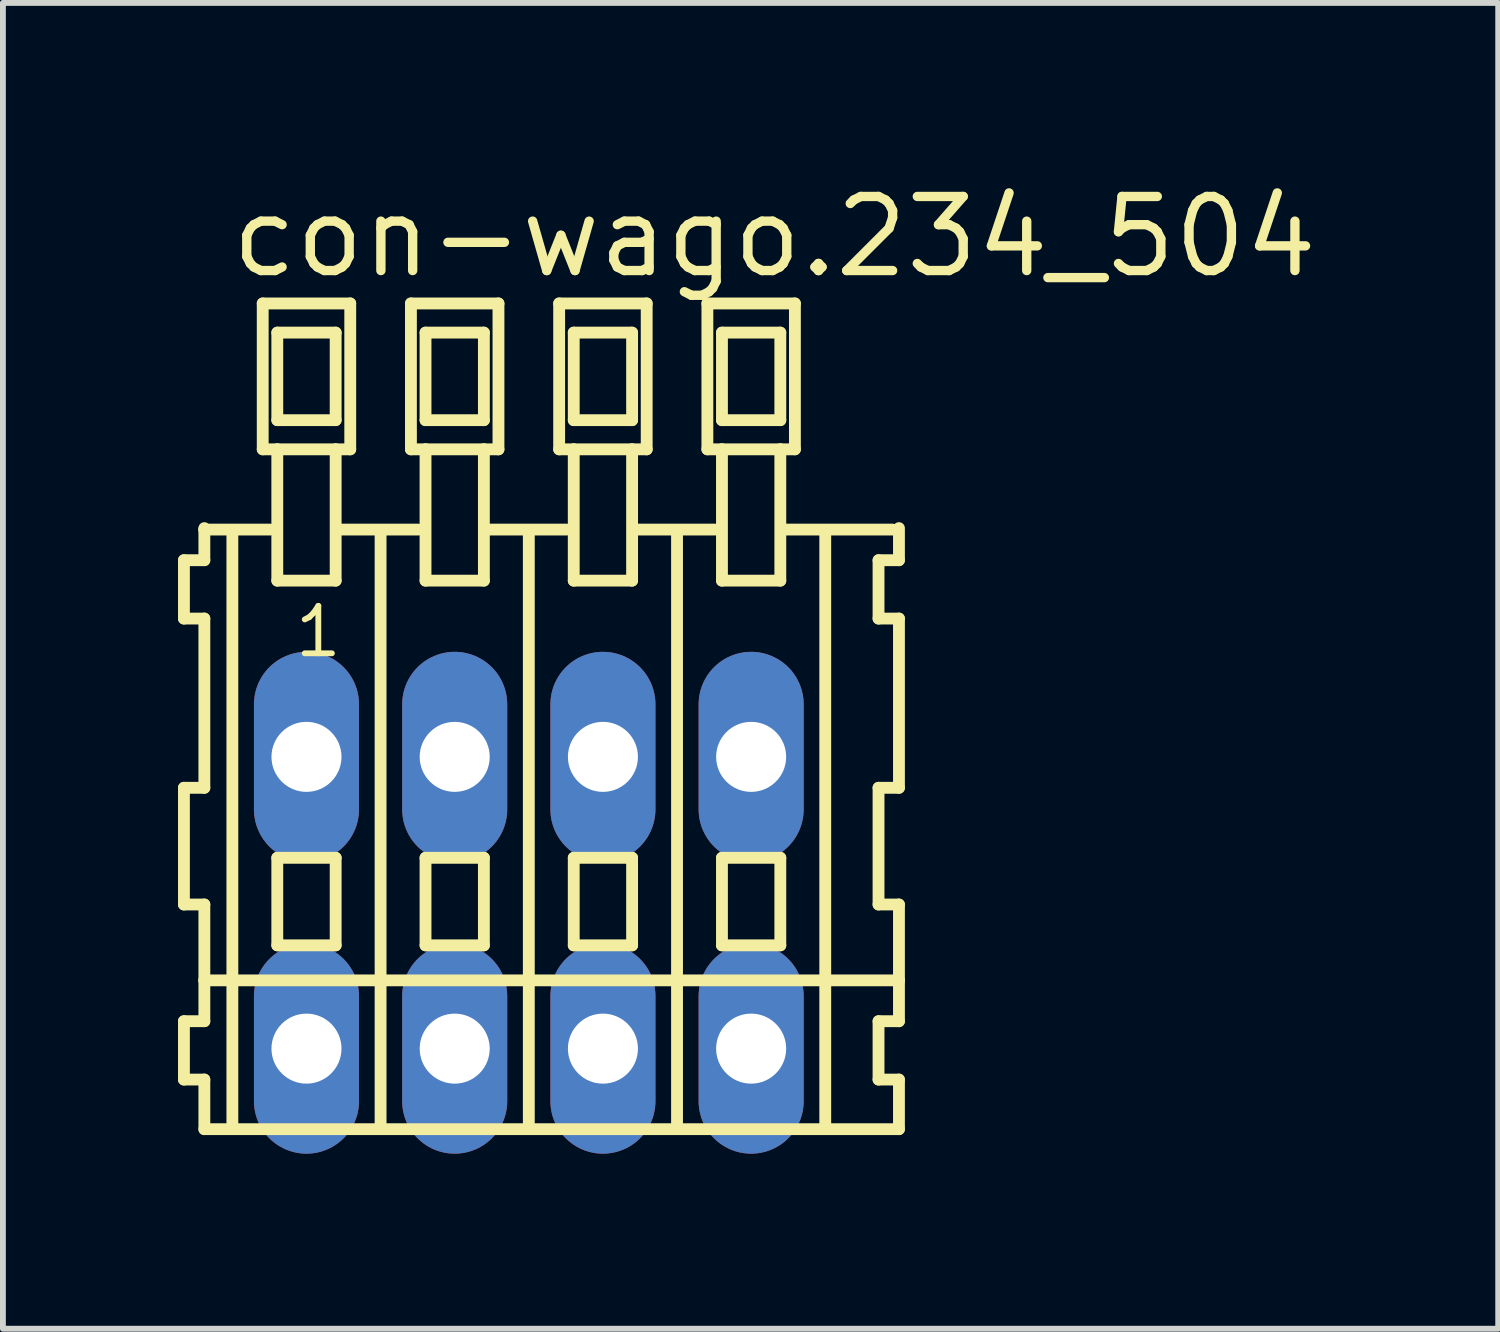
<source format=kicad_pcb>
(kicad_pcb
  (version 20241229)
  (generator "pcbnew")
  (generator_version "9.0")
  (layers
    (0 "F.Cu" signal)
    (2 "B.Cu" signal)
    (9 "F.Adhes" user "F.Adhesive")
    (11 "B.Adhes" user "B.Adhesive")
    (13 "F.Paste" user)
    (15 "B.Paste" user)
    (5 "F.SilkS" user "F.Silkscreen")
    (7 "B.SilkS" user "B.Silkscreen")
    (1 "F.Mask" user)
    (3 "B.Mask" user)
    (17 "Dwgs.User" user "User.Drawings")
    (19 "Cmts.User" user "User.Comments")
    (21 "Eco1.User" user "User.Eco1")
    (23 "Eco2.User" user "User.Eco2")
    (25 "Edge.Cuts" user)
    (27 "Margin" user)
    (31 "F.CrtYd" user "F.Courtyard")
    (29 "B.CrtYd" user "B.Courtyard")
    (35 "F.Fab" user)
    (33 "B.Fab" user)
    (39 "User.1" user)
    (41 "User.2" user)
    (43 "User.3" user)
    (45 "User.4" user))
  (footprint "con-wago.234_504"
    (layer "F.Cu")
    (at 6.012 12.42)
    (property "Reference" "con-wago.234_504" (at -5.18 -10.67 0) (layer "F.SilkS") (effects (font (size 1.27 1.27) (thickness 0.16)) (justify left bottom)))
    (attr through_hole)
    (fp_line (start -5.91 -5.87) (end -5.91 -4.87) (stroke (width 0.203) (type default)) (layer "F.SilkS"))
    (fp_line (start -5.91 -4.87) (end -5.56 -4.87) (stroke (width 0.203) (type default)) (layer "F.SilkS"))
    (fp_line (start -5.91 -1.97) (end -5.91 0.03) (stroke (width 0.203) (type default)) (layer "F.SilkS"))
    (fp_line (start -5.91 0.03) (end -5.56 0.03) (stroke (width 0.203) (type default)) (layer "F.SilkS"))
    (fp_line (start -5.91 2.03) (end -5.91 3.03) (stroke (width 0.203) (type default)) (layer "F.SilkS"))
    (fp_line (start -5.91 3.03) (end -5.56 3.03) (stroke (width 0.203) (type default)) (layer "F.SilkS"))
    (fp_line (start -5.56 -6.42) (end -5.56 -6.395) (stroke (width 0.203) (type default)) (layer "F.SilkS"))
    (fp_line (start -5.56 -6.395) (end -5.56 -5.87) (stroke (width 0.203) (type default)) (layer "F.SilkS"))
    (fp_line (start -5.56 -6.395) (end -4.435 -6.395) (stroke (width 0.203) (type default)) (layer "F.SilkS"))
    (fp_line (start -5.56 -5.87) (end -5.91 -5.87) (stroke (width 0.203) (type default)) (layer "F.SilkS"))
    (fp_line (start -5.56 -4.87) (end -5.56 -1.97) (stroke (width 0.203) (type default)) (layer "F.SilkS"))
    (fp_line (start -5.56 -1.97) (end -5.91 -1.97) (stroke (width 0.203) (type default)) (layer "F.SilkS"))
    (fp_line (start -5.56 0.03) (end -5.56 1.33) (stroke (width 0.203) (type default)) (layer "F.SilkS"))
    (fp_line (start -5.56 1.33) (end -5.56 2.03) (stroke (width 0.203) (type default)) (layer "F.SilkS"))
    (fp_line (start -5.56 1.33) (end 6.343 1.33) (stroke (width 0.203) (type default)) (layer "F.SilkS"))
    (fp_line (start -5.56 2.03) (end -5.91 2.03) (stroke (width 0.203) (type default)) (layer "F.SilkS"))
    (fp_line (start -5.56 3.03) (end -5.56 3.88) (stroke (width 0.203) (type default)) (layer "F.SilkS"))
    (fp_line (start -5.56 3.88) (end 6.343 3.88) (stroke (width 0.203) (type default)) (layer "F.SilkS"))
    (fp_line (start -5.08 3.83) (end -5.08 -6.33) (stroke (width 0.203) (type default)) (layer "F.SilkS"))
    (fp_line (start -4.56 -10.27) (end -4.56 -7.77) (stroke (width 0.203) (type default)) (layer "F.SilkS"))
    (fp_line (start -4.56 -7.77) (end -4.31 -7.77) (stroke (width 0.203) (type default)) (layer "F.SilkS"))
    (fp_line (start -4.31 -9.77) (end -4.31 -8.27) (stroke (width 0.203) (type default)) (layer "F.SilkS"))
    (fp_line (start -4.31 -8.27) (end -3.31 -8.27) (stroke (width 0.203) (type default)) (layer "F.SilkS"))
    (fp_line (start -4.31 -7.77) (end -4.31 -5.52) (stroke (width 0.203) (type default)) (layer "F.SilkS"))
    (fp_line (start -4.31 -7.77) (end -3.31 -7.77) (stroke (width 0.203) (type default)) (layer "F.SilkS"))
    (fp_line (start -4.31 -5.52) (end -3.31 -5.52) (stroke (width 0.203) (type default)) (layer "F.SilkS"))
    (fp_line (start -4.31 -0.77) (end -4.31 0.73) (stroke (width 0.203) (type default)) (layer "F.SilkS"))
    (fp_line (start -4.31 0.73) (end -3.31 0.73) (stroke (width 0.203) (type default)) (layer "F.SilkS"))
    (fp_line (start -3.31 -9.77) (end -4.31 -9.77) (stroke (width 0.203) (type default)) (layer "F.SilkS"))
    (fp_line (start -3.31 -8.27) (end -3.31 -9.77) (stroke (width 0.203) (type default)) (layer "F.SilkS"))
    (fp_line (start -3.31 -7.77) (end -3.06 -7.77) (stroke (width 0.203) (type default)) (layer "F.SilkS"))
    (fp_line (start -3.31 -5.52) (end -3.31 -7.77) (stroke (width 0.203) (type default)) (layer "F.SilkS"))
    (fp_line (start -3.31 -0.77) (end -4.31 -0.77) (stroke (width 0.203) (type default)) (layer "F.SilkS"))
    (fp_line (start -3.31 0.73) (end -3.31 -0.77) (stroke (width 0.203) (type default)) (layer "F.SilkS"))
    (fp_line (start -3.274 -6.395) (end -1.895 -6.395) (stroke (width 0.203) (type default)) (layer "F.SilkS"))
    (fp_line (start -3.06 -10.27) (end -4.56 -10.27) (stroke (width 0.203) (type default)) (layer "F.SilkS"))
    (fp_line (start -3.06 -7.77) (end -3.06 -10.27) (stroke (width 0.203) (type default)) (layer "F.SilkS"))
    (fp_line (start -2.54 3.83) (end -2.54 -6.33) (stroke (width 0.203) (type default)) (layer "F.SilkS"))
    (fp_line (start -2.02 -10.27) (end -2.02 -7.77) (stroke (width 0.203) (type default)) (layer "F.SilkS"))
    (fp_line (start -2.02 -7.77) (end -1.77 -7.77) (stroke (width 0.203) (type default)) (layer "F.SilkS"))
    (fp_line (start -1.77 -9.77) (end -1.77 -8.27) (stroke (width 0.203) (type default)) (layer "F.SilkS"))
    (fp_line (start -1.77 -8.27) (end -0.77 -8.27) (stroke (width 0.203) (type default)) (layer "F.SilkS"))
    (fp_line (start -1.77 -7.77) (end -1.77 -5.52) (stroke (width 0.203) (type default)) (layer "F.SilkS"))
    (fp_line (start -1.77 -7.77) (end -0.77 -7.77) (stroke (width 0.203) (type default)) (layer "F.SilkS"))
    (fp_line (start -1.77 -5.52) (end -0.77 -5.52) (stroke (width 0.203) (type default)) (layer "F.SilkS"))
    (fp_line (start -1.77 -0.77) (end -1.77 0.73) (stroke (width 0.203) (type default)) (layer "F.SilkS"))
    (fp_line (start -1.77 0.73) (end -0.77 0.73) (stroke (width 0.203) (type default)) (layer "F.SilkS"))
    (fp_line (start -0.77 -9.77) (end -1.77 -9.77) (stroke (width 0.203) (type default)) (layer "F.SilkS"))
    (fp_line (start -0.77 -8.27) (end -0.77 -9.77) (stroke (width 0.203) (type default)) (layer "F.SilkS"))
    (fp_line (start -0.77 -7.77) (end -0.52 -7.77) (stroke (width 0.203) (type default)) (layer "F.SilkS"))
    (fp_line (start -0.77 -5.52) (end -0.77 -7.77) (stroke (width 0.203) (type default)) (layer "F.SilkS"))
    (fp_line (start -0.77 -0.77) (end -1.77 -0.77) (stroke (width 0.203) (type default)) (layer "F.SilkS"))
    (fp_line (start -0.77 0.73) (end -0.77 -0.77) (stroke (width 0.203) (type default)) (layer "F.SilkS"))
    (fp_line (start -0.734 -6.395) (end 0.645 -6.395) (stroke (width 0.203) (type default)) (layer "F.SilkS"))
    (fp_line (start -0.52 -10.27) (end -2.02 -10.27) (stroke (width 0.203) (type default)) (layer "F.SilkS"))
    (fp_line (start -0.52 -7.77) (end -0.52 -10.27) (stroke (width 0.203) (type default)) (layer "F.SilkS"))
    (fp_line (start 0 3.83) (end 0 -6.33) (stroke (width 0.203) (type default)) (layer "F.SilkS"))
    (fp_line (start 0.52 -10.27) (end 0.52 -7.77) (stroke (width 0.203) (type default)) (layer "F.SilkS"))
    (fp_line (start 0.52 -7.77) (end 0.77 -7.77) (stroke (width 0.203) (type default)) (layer "F.SilkS"))
    (fp_line (start 0.77 -9.77) (end 0.77 -8.27) (stroke (width 0.203) (type default)) (layer "F.SilkS"))
    (fp_line (start 0.77 -8.27) (end 1.77 -8.27) (stroke (width 0.203) (type default)) (layer "F.SilkS"))
    (fp_line (start 0.77 -7.77) (end 0.77 -5.52) (stroke (width 0.203) (type default)) (layer "F.SilkS"))
    (fp_line (start 0.77 -7.77) (end 1.77 -7.77) (stroke (width 0.203) (type default)) (layer "F.SilkS"))
    (fp_line (start 0.77 -5.52) (end 1.77 -5.52) (stroke (width 0.203) (type default)) (layer "F.SilkS"))
    (fp_line (start 0.77 -0.77) (end 0.77 0.73) (stroke (width 0.203) (type default)) (layer "F.SilkS"))
    (fp_line (start 0.77 0.73) (end 1.77 0.73) (stroke (width 0.203) (type default)) (layer "F.SilkS"))
    (fp_line (start 1.77 -9.77) (end 0.77 -9.77) (stroke (width 0.203) (type default)) (layer "F.SilkS"))
    (fp_line (start 1.77 -8.27) (end 1.77 -9.77) (stroke (width 0.203) (type default)) (layer "F.SilkS"))
    (fp_line (start 1.77 -7.77) (end 2.02 -7.77) (stroke (width 0.203) (type default)) (layer "F.SilkS"))
    (fp_line (start 1.77 -5.52) (end 1.77 -7.77) (stroke (width 0.203) (type default)) (layer "F.SilkS"))
    (fp_line (start 1.77 -0.77) (end 0.77 -0.77) (stroke (width 0.203) (type default)) (layer "F.SilkS"))
    (fp_line (start 1.77 0.73) (end 1.77 -0.77) (stroke (width 0.203) (type default)) (layer "F.SilkS"))
    (fp_line (start 1.806 -6.395) (end 3.185 -6.395) (stroke (width 0.203) (type default)) (layer "F.SilkS"))
    (fp_line (start 2.02 -10.27) (end 0.52 -10.27) (stroke (width 0.203) (type default)) (layer "F.SilkS"))
    (fp_line (start 2.02 -7.77) (end 2.02 -10.27) (stroke (width 0.203) (type default)) (layer "F.SilkS"))
    (fp_line (start 2.54 3.83) (end 2.54 -6.33) (stroke (width 0.203) (type default)) (layer "F.SilkS"))
    (fp_line (start 3.06 -10.27) (end 3.06 -7.77) (stroke (width 0.203) (type default)) (layer "F.SilkS"))
    (fp_line (start 3.06 -7.77) (end 3.31 -7.77) (stroke (width 0.203) (type default)) (layer "F.SilkS"))
    (fp_line (start 3.31 -9.77) (end 3.31 -8.27) (stroke (width 0.203) (type default)) (layer "F.SilkS"))
    (fp_line (start 3.31 -8.27) (end 4.31 -8.27) (stroke (width 0.203) (type default)) (layer "F.SilkS"))
    (fp_line (start 3.31 -7.77) (end 3.31 -5.52) (stroke (width 0.203) (type default)) (layer "F.SilkS"))
    (fp_line (start 3.31 -7.77) (end 4.31 -7.77) (stroke (width 0.203) (type default)) (layer "F.SilkS"))
    (fp_line (start 3.31 -5.52) (end 4.31 -5.52) (stroke (width 0.203) (type default)) (layer "F.SilkS"))
    (fp_line (start 3.31 -0.77) (end 3.31 0.73) (stroke (width 0.203) (type default)) (layer "F.SilkS"))
    (fp_line (start 3.31 0.73) (end 4.31 0.73) (stroke (width 0.203) (type default)) (layer "F.SilkS"))
    (fp_line (start 4.31 -9.77) (end 3.31 -9.77) (stroke (width 0.203) (type default)) (layer "F.SilkS"))
    (fp_line (start 4.31 -8.27) (end 4.31 -9.77) (stroke (width 0.203) (type default)) (layer "F.SilkS"))
    (fp_line (start 4.31 -7.77) (end 4.56 -7.77) (stroke (width 0.203) (type default)) (layer "F.SilkS"))
    (fp_line (start 4.31 -5.52) (end 4.31 -7.77) (stroke (width 0.203) (type default)) (layer "F.SilkS"))
    (fp_line (start 4.31 -0.77) (end 3.31 -0.77) (stroke (width 0.203) (type default)) (layer "F.SilkS"))
    (fp_line (start 4.31 0.73) (end 4.31 -0.77) (stroke (width 0.203) (type default)) (layer "F.SilkS"))
    (fp_line (start 4.346 -6.395) (end 6.233 -6.395) (stroke (width 0.203) (type default)) (layer "F.SilkS"))
    (fp_line (start 4.56 -10.27) (end 3.06 -10.27) (stroke (width 0.203) (type default)) (layer "F.SilkS"))
    (fp_line (start 4.56 -7.77) (end 4.56 -10.27) (stroke (width 0.203) (type default)) (layer "F.SilkS"))
    (fp_line (start 5.08 3.83) (end 5.08 -6.33) (stroke (width 0.203) (type default)) (layer "F.SilkS"))
    (fp_line (start 5.993 -5.87) (end 5.993 -4.87) (stroke (width 0.203) (type default)) (layer "F.SilkS"))
    (fp_line (start 5.993 -4.87) (end 6.343 -4.87) (stroke (width 0.203) (type default)) (layer "F.SilkS"))
    (fp_line (start 5.993 -1.97) (end 5.993 0.03) (stroke (width 0.203) (type default)) (layer "F.SilkS"))
    (fp_line (start 5.993 0.03) (end 6.343 0.03) (stroke (width 0.203) (type default)) (layer "F.SilkS"))
    (fp_line (start 5.993 2.03) (end 5.993 3.03) (stroke (width 0.203) (type default)) (layer "F.SilkS"))
    (fp_line (start 5.993 3.03) (end 6.343 3.03) (stroke (width 0.203) (type default)) (layer "F.SilkS"))
    (fp_line (start 6.343 -5.87) (end 5.993 -5.87) (stroke (width 0.203) (type default)) (layer "F.SilkS"))
    (fp_line (start 6.343 -5.87) (end 6.343 -6.42) (stroke (width 0.203) (type default)) (layer "F.SilkS"))
    (fp_line (start 6.343 -1.97) (end 5.993 -1.97) (stroke (width 0.203) (type default)) (layer "F.SilkS"))
    (fp_line (start 6.343 -1.97) (end 6.343 -4.87) (stroke (width 0.203) (type default)) (layer "F.SilkS"))
    (fp_line (start 6.343 1.33) (end 6.343 0.03) (stroke (width 0.203) (type default)) (layer "F.SilkS"))
    (fp_line (start 6.343 2.03) (end 5.993 2.03) (stroke (width 0.203) (type default)) (layer "F.SilkS"))
    (fp_line (start 6.343 2.03) (end 6.343 1.33) (stroke (width 0.203) (type default)) (layer "F.SilkS"))
    (fp_line (start 6.343 3.88) (end 6.343 3.03) (stroke (width 0.203) (type default)) (layer "F.SilkS"))
    (fp_text user "1" (at -4.06 -4.17 0) (layer "F.SilkS") (effects (font (size 0.813 0.813) (thickness 0.1)) (justify left bottom)))
    (pad "A1" thru_hole oval (at -3.81 -2.5 90) (size 3.6 1.8) (drill 1.2) (layers "*.Cu" "*.Mask"))
    (pad "A2" thru_hole oval (at -1.27 -2.5 90) (size 3.6 1.8) (drill 1.2) (layers "*.Cu" "*.Mask"))
    (pad "A3" thru_hole oval (at 1.27 -2.5 90) (size 3.6 1.8) (drill 1.2) (layers "*.Cu" "*.Mask"))
    (pad "A4" thru_hole oval (at 3.81 -2.5 90) (size 3.6 1.8) (drill 1.2) (layers "*.Cu" "*.Mask"))
    (pad "B1" thru_hole oval (at -3.81 2.5 90) (size 3.6 1.8) (drill 1.2) (layers "*.Cu" "*.Mask"))
    (pad "B2" thru_hole oval (at -1.27 2.5 90) (size 3.6 1.8) (drill 1.2) (layers "*.Cu" "*.Mask"))
    (pad "B3" thru_hole oval (at 1.27 2.5 90) (size 3.6 1.8) (drill 1.2) (layers "*.Cu" "*.Mask"))
    (pad "B4" thru_hole oval (at 3.81 2.5 90) (size 3.6 1.8) (drill 1.2) (layers "*.Cu" "*.Mask")))
  (gr_rect
    (start -3 -3)
    (end 22.624 19.72)
    (stroke (width 0.1) (type default))
    (fill no)
    (layer "Edge.Cuts")))
</source>
